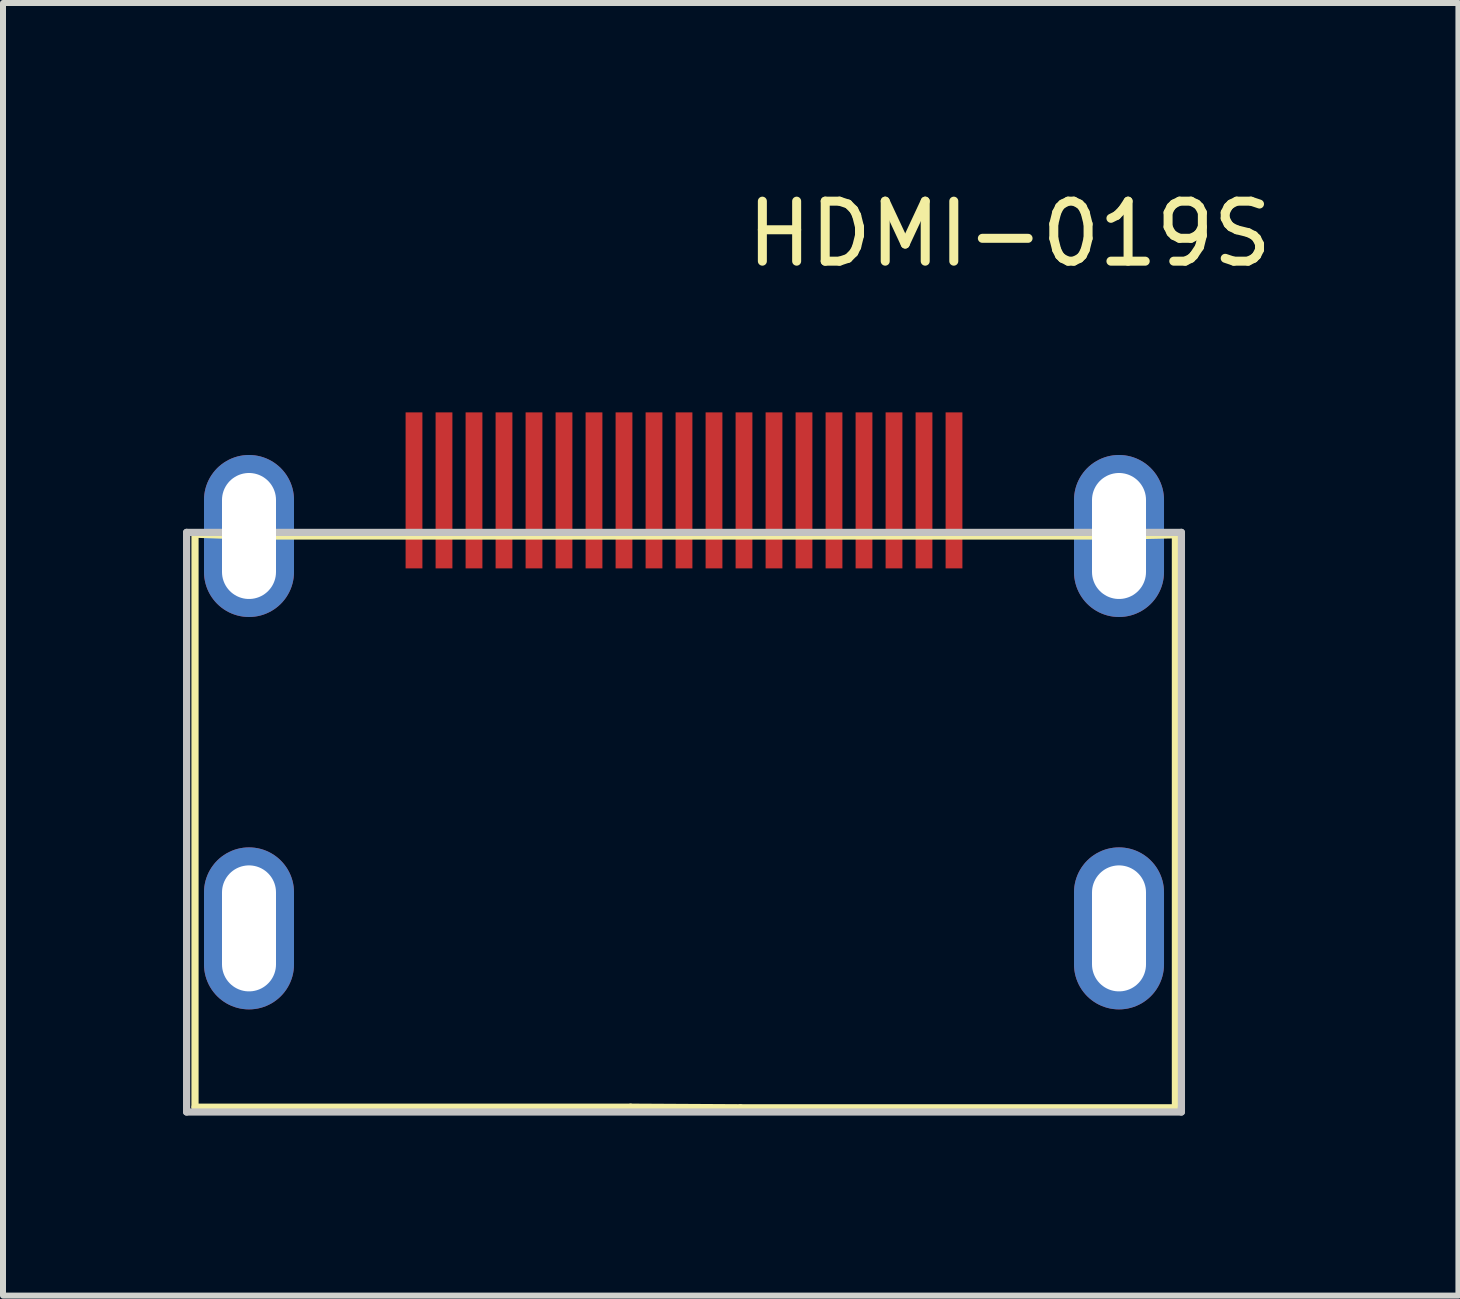
<source format=kicad_pcb>
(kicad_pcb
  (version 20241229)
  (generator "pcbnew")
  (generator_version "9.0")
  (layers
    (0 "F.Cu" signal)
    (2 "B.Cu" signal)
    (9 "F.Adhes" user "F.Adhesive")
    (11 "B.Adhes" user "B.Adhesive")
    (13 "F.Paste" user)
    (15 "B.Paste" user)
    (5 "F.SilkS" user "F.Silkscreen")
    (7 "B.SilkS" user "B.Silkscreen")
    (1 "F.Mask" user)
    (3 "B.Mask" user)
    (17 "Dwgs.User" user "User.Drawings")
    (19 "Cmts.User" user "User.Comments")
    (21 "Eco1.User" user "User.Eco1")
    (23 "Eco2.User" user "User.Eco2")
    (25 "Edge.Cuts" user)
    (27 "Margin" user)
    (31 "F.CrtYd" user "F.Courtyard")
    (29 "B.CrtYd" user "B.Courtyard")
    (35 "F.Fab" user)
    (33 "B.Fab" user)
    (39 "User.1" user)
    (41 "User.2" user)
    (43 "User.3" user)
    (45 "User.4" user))
  (footprint "HDMI-019S"
    (layer "F.Cu")
    (at 8.35 5.123)
    (property "Reference" "HDMI-019S" (at 5.425 -4.275 0) (layer "F.SilkS") (effects (font (size 1 1) (thickness 0.15))))
    (attr through_hole)
    (fp_line (start -8.15 0.73) (end -8.15 10.28) (stroke (width 0.12) (type solid)) (layer "F.SilkS"))
    (fp_line (start -8.15 10.28) (end -0.89 10.28) (stroke (width 0.12) (type solid)) (layer "F.SilkS"))
    (fp_line (start -7.25 0.76) (end -8.15 0.73) (stroke (width 0.12) (type solid)) (layer "F.SilkS"))
    (fp_line (start -0.89 10.28) (end 0.94 10.29) (stroke (width 0.12) (type solid)) (layer "F.SilkS"))
    (fp_line (start 0.94 10.29) (end 8.19 10.29) (stroke (width 0.12) (type solid)) (layer "F.SilkS"))
    (fp_line (start 7.25 0.76) (end -7.25 0.76) (stroke (width 0.12) (type solid)) (layer "F.SilkS"))
    (fp_line (start 7.26 0.76) (end 8.19 0.74) (stroke (width 0.12) (type solid)) (layer "F.SilkS"))
    (fp_line (start 8.19 10.29) (end 8.19 0.74) (stroke (width 0.12) (type solid)) (layer "F.SilkS"))
    (fp_line (start -8.29 0.7) (end -8.29 10.36) (stroke (width 0.12) (type solid)) (layer "Dwgs.User"))
    (fp_line (start -8.29 10.36) (end 8.29 10.36) (stroke (width 0.12) (type solid)) (layer "Dwgs.User"))
    (fp_line (start 8.29 0.7) (end -8.29 0.7) (stroke (width 0.12) (type solid)) (layer "Dwgs.User"))
    (fp_line (start 8.29 10.3) (end 8.29 0.7) (stroke (width 0.12) (type solid)) (layer "Dwgs.User"))
    (fp_line (start 8.29 10.36) (end 8.29 10.29) (stroke (width 0.12) (type solid)) (layer "Dwgs.User"))
    (pad "1" smd rect (at 4.5 0) (size 0.28 2.6) (layers "F.Cu" "F.Mask" "F.Paste"))
    (pad "2" smd rect (at 4 0) (size 0.28 2.6) (layers "F.Cu" "F.Mask" "F.Paste"))
    (pad "3" smd rect (at 3.5 0) (size 0.28 2.6) (layers "F.Cu" "F.Mask" "F.Paste"))
    (pad "4" smd rect (at 3 0) (size 0.28 2.6) (layers "F.Cu" "F.Mask" "F.Paste"))
    (pad "5" smd rect (at 2.5 0) (size 0.28 2.6) (layers "F.Cu" "F.Mask" "F.Paste"))
    (pad "6" smd rect (at 2 0) (size 0.28 2.6) (layers "F.Cu" "F.Mask" "F.Paste"))
    (pad "7" smd rect (at 1.5 0) (size 0.28 2.6) (layers "F.Cu" "F.Mask" "F.Paste"))
    (pad "8" smd rect (at 1 0) (size 0.28 2.6) (layers "F.Cu" "F.Mask" "F.Paste"))
    (pad "9" smd rect (at 0.5 0) (size 0.28 2.6) (layers "F.Cu" "F.Mask" "F.Paste"))
    (pad "10" smd rect (at 0 0) (size 0.28 2.6) (layers "F.Cu" "F.Mask" "F.Paste"))
    (pad "11" smd rect (at -0.5 0) (size 0.28 2.6) (layers "F.Cu" "F.Mask" "F.Paste"))
    (pad "12" smd rect (at -1 0) (size 0.28 2.6) (layers "F.Cu" "F.Mask" "F.Paste"))
    (pad "13" smd rect (at -1.5 0) (size 0.28 2.6) (layers "F.Cu" "F.Mask" "F.Paste"))
    (pad "14" smd rect (at -2 0) (size 0.28 2.6) (layers "F.Cu" "F.Mask" "F.Paste"))
    (pad "15" smd rect (at -2.5 0) (size 0.28 2.6) (layers "F.Cu" "F.Mask" "F.Paste"))
    (pad "16" smd rect (at -3 0) (size 0.28 2.6) (layers "F.Cu" "F.Mask" "F.Paste"))
    (pad "17" smd rect (at -3.5 0) (size 0.28 2.6) (layers "F.Cu" "F.Mask" "F.Paste"))
    (pad "18" smd rect (at -4 0) (size 0.28 2.6) (layers "F.Cu" "F.Mask" "F.Paste"))
    (pad "19" smd rect (at -4.5 0) (size 0.28 2.6) (layers "F.Cu" "F.Mask" "F.Paste"))
    (pad "SH" thru_hole oval (at -7.25 0.76) (size 1.5 2.7) (drill oval 0.9 2.1) (layers "*.Cu" "*.Mask"))
    (pad "SH" thru_hole oval (at -7.25 7.3) (size 1.5 2.7) (drill oval 0.9 2.1) (layers "*.Cu" "*.Mask"))
    (pad "SH" thru_hole oval (at 7.25 0.76) (size 1.5 2.7) (drill oval 0.9 2.1) (layers "*.Cu" "*.Mask"))
    (pad "SH" thru_hole oval (at 7.25 7.3) (size 1.5 2.7) (drill oval 0.9 2.1) (layers "*.Cu" "*.Mask")))
  (gr_rect
    (start -3 -3)
    (end 21.257 18.543)
    (stroke (width 0.1) (type default))
    (fill no)
    (layer "Edge.Cuts")))
</source>
